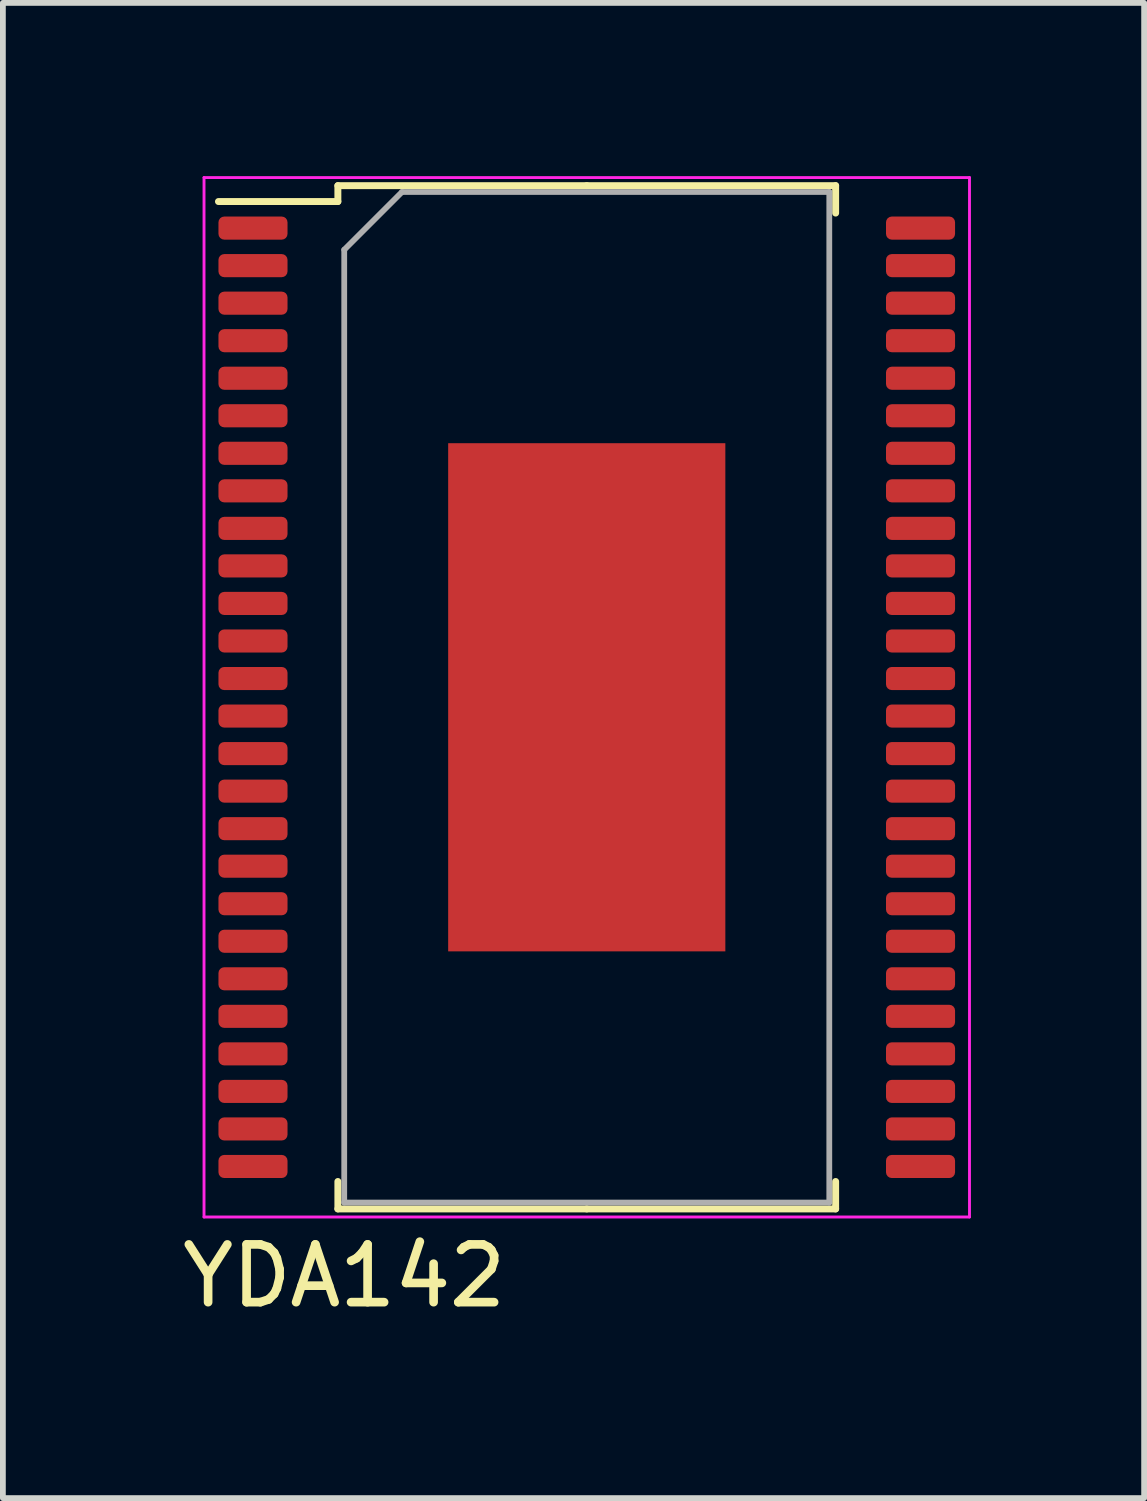
<source format=kicad_pcb>
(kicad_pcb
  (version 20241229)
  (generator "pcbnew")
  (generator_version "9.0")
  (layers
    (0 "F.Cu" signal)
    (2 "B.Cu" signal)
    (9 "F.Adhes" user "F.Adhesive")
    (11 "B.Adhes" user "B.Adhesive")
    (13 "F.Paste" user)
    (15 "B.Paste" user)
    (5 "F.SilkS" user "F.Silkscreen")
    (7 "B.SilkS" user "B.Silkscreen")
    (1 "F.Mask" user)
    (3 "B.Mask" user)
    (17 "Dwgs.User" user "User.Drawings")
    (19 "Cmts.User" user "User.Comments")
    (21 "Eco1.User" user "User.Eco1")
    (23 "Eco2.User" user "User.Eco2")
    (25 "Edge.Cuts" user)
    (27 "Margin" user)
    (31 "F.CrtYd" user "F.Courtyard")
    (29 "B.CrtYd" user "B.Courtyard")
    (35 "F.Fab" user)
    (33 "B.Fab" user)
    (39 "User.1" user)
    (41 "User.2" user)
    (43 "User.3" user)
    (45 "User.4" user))
  (footprint "YDA142"
    (layer "F.Cu")
    (at 2.911 17.775)
    (property "Reference" "YDA142" (at 0 1.27 0) (unlocked yes) (layer "F.SilkS") (effects (font (size 1 1) (thickness 0.15))))
    (attr smd)
    (fp_line (start -0.11 -17.61) (end -0.11 -17.335) (stroke (width 0.12) (type solid)) (layer "F.SilkS"))
    (fp_line (start -0.11 -17.335) (end -2.178 -17.335) (stroke (width 0.12) (type solid)) (layer "F.SilkS"))
    (fp_line (start -0.11 0.11) (end -0.11 -0.365) (stroke (width 0.12) (type solid)) (layer "F.SilkS"))
    (fp_line (start 4.2 -17.61) (end -0.11 -17.61) (stroke (width 0.12) (type solid)) (layer "F.SilkS"))
    (fp_line (start 4.2 -17.61) (end 8.51 -17.61) (stroke (width 0.12) (type solid)) (layer "F.SilkS"))
    (fp_line (start 4.2 0.11) (end -0.11 0.11) (stroke (width 0.12) (type solid)) (layer "F.SilkS"))
    (fp_line (start 4.2 0.11) (end 8.51 0.11) (stroke (width 0.12) (type solid)) (layer "F.SilkS"))
    (fp_line (start 8.51 -17.61) (end 8.51 -17.135) (stroke (width 0.12) (type solid)) (layer "F.SilkS"))
    (fp_line (start 8.51 0.11) (end 8.51 -0.365) (stroke (width 0.12) (type solid)) (layer "F.SilkS"))
    (fp_line (start -2.428 -17.75) (end -2.428 0.25) (stroke (width 0.05) (type solid)) (layer "F.CrtYd"))
    (fp_line (start -2.428 0.25) (end 10.828 0.25) (stroke (width 0.05) (type solid)) (layer "F.CrtYd"))
    (fp_line (start 10.828 -17.75) (end -2.428 -17.75) (stroke (width 0.05) (type solid)) (layer "F.CrtYd"))
    (fp_line (start 10.828 0.25) (end 10.828 -17.75) (stroke (width 0.05) (type solid)) (layer "F.CrtYd"))
    (fp_line (start 0 -16.5) (end 1 -17.5) (stroke (width 0.1) (type solid)) (layer "F.Fab"))
    (fp_line (start 0 0) (end 0 -16.5) (stroke (width 0.1) (type solid)) (layer "F.Fab"))
    (fp_line (start 1 -17.5) (end 8.4 -17.5) (stroke (width 0.1) (type solid)) (layer "F.Fab"))
    (fp_line (start 8.4 -17.5) (end 8.4 0) (stroke (width 0.1) (type solid)) (layer "F.Fab"))
    (fp_line (start 8.4 0) (end 0 0) (stroke (width 0.1) (type solid)) (layer "F.Fab"))
    (pad "1" smd roundrect (at -1.58 -16.875) (size 1.196 0.4) (layers "F.Cu" "F.Mask" "F.Paste") (roundrect_rratio 0.25))
    (pad "2" smd roundrect (at -1.58 -16.225) (size 1.196 0.4) (layers "F.Cu" "F.Mask" "F.Paste") (roundrect_rratio 0.25))
    (pad "3" smd roundrect (at -1.58 -15.575) (size 1.196 0.4) (layers "F.Cu" "F.Mask" "F.Paste") (roundrect_rratio 0.25))
    (pad "4" smd roundrect (at -1.58 -14.925) (size 1.196 0.4) (layers "F.Cu" "F.Mask" "F.Paste") (roundrect_rratio 0.25))
    (pad "5" smd roundrect (at -1.58 -14.275) (size 1.196 0.4) (layers "F.Cu" "F.Mask" "F.Paste") (roundrect_rratio 0.25))
    (pad "6" smd roundrect (at -1.58 -13.625) (size 1.196 0.4) (layers "F.Cu" "F.Mask" "F.Paste") (roundrect_rratio 0.25))
    (pad "7" smd roundrect (at -1.58 -12.975) (size 1.196 0.4) (layers "F.Cu" "F.Mask" "F.Paste") (roundrect_rratio 0.25))
    (pad "8" smd roundrect (at -1.58 -12.325) (size 1.196 0.4) (layers "F.Cu" "F.Mask" "F.Paste") (roundrect_rratio 0.25))
    (pad "9" smd roundrect (at -1.58 -11.675) (size 1.196 0.4) (layers "F.Cu" "F.Mask" "F.Paste") (roundrect_rratio 0.25))
    (pad "10" smd roundrect (at -1.58 -11.025) (size 1.196 0.4) (layers "F.Cu" "F.Mask" "F.Paste") (roundrect_rratio 0.25))
    (pad "11" smd roundrect (at -1.58 -10.375) (size 1.196 0.4) (layers "F.Cu" "F.Mask" "F.Paste") (roundrect_rratio 0.25))
    (pad "12" smd roundrect (at -1.58 -9.725) (size 1.196 0.4) (layers "F.Cu" "F.Mask" "F.Paste") (roundrect_rratio 0.25))
    (pad "13" smd roundrect (at -1.58 -9.075) (size 1.196 0.4) (layers "F.Cu" "F.Mask" "F.Paste") (roundrect_rratio 0.25))
    (pad "14" smd roundrect (at -1.58 -8.425) (size 1.196 0.4) (layers "F.Cu" "F.Mask" "F.Paste") (roundrect_rratio 0.25))
    (pad "15" smd roundrect (at -1.58 -7.775) (size 1.196 0.4) (layers "F.Cu" "F.Mask" "F.Paste") (roundrect_rratio 0.25))
    (pad "16" smd roundrect (at -1.58 -7.125) (size 1.196 0.4) (layers "F.Cu" "F.Mask" "F.Paste") (roundrect_rratio 0.25))
    (pad "17" smd roundrect (at -1.58 -6.475) (size 1.196 0.4) (layers "F.Cu" "F.Mask" "F.Paste") (roundrect_rratio 0.25))
    (pad "18" smd roundrect (at -1.58 -5.825) (size 1.196 0.4) (layers "F.Cu" "F.Mask" "F.Paste") (roundrect_rratio 0.25))
    (pad "19" smd roundrect (at -1.58 -5.175) (size 1.196 0.4) (layers "F.Cu" "F.Mask" "F.Paste") (roundrect_rratio 0.25))
    (pad "20" smd roundrect (at -1.58 -4.525) (size 1.196 0.4) (layers "F.Cu" "F.Mask" "F.Paste") (roundrect_rratio 0.25))
    (pad "21" smd roundrect (at -1.58 -3.875) (size 1.196 0.4) (layers "F.Cu" "F.Mask" "F.Paste") (roundrect_rratio 0.25))
    (pad "22" smd roundrect (at -1.58 -3.225) (size 1.196 0.4) (layers "F.Cu" "F.Mask" "F.Paste") (roundrect_rratio 0.25))
    (pad "23" smd roundrect (at -1.58 -2.575) (size 1.196 0.4) (layers "F.Cu" "F.Mask" "F.Paste") (roundrect_rratio 0.25))
    (pad "24" smd roundrect (at -1.58 -1.925) (size 1.196 0.4) (layers "F.Cu" "F.Mask" "F.Paste") (roundrect_rratio 0.25))
    (pad "25" smd roundrect (at -1.58 -1.275) (size 1.196 0.4) (layers "F.Cu" "F.Mask" "F.Paste") (roundrect_rratio 0.25))
    (pad "26" smd roundrect (at -1.58 -0.625) (size 1.196 0.4) (layers "F.Cu" "F.Mask" "F.Paste") (roundrect_rratio 0.25))
    (pad "27" smd roundrect (at 9.98 -0.625) (size 1.196 0.4) (layers "F.Cu" "F.Mask" "F.Paste") (roundrect_rratio 0.25))
    (pad "28" smd roundrect (at 9.98 -1.275) (size 1.196 0.4) (layers "F.Cu" "F.Mask" "F.Paste") (roundrect_rratio 0.25))
    (pad "29" smd roundrect (at 9.98 -1.925) (size 1.196 0.4) (layers "F.Cu" "F.Mask" "F.Paste") (roundrect_rratio 0.25))
    (pad "30" smd roundrect (at 9.98 -2.575) (size 1.196 0.4) (layers "F.Cu" "F.Mask" "F.Paste") (roundrect_rratio 0.25))
    (pad "31" smd roundrect (at 9.98 -3.225) (size 1.196 0.4) (layers "F.Cu" "F.Mask" "F.Paste") (roundrect_rratio 0.25))
    (pad "32" smd roundrect (at 9.98 -3.875) (size 1.196 0.4) (layers "F.Cu" "F.Mask" "F.Paste") (roundrect_rratio 0.25))
    (pad "33" smd roundrect (at 9.98 -4.525) (size 1.196 0.4) (layers "F.Cu" "F.Mask" "F.Paste") (roundrect_rratio 0.25))
    (pad "34" smd roundrect (at 9.98 -5.175) (size 1.196 0.4) (layers "F.Cu" "F.Mask" "F.Paste") (roundrect_rratio 0.25))
    (pad "35" smd roundrect (at 9.98 -5.825) (size 1.196 0.4) (layers "F.Cu" "F.Mask" "F.Paste") (roundrect_rratio 0.25))
    (pad "36" smd roundrect (at 9.98 -6.475) (size 1.196 0.4) (layers "F.Cu" "F.Mask" "F.Paste") (roundrect_rratio 0.25))
    (pad "37" smd roundrect (at 9.98 -7.125) (size 1.196 0.4) (layers "F.Cu" "F.Mask" "F.Paste") (roundrect_rratio 0.25))
    (pad "38" smd roundrect (at 9.98 -7.775) (size 1.196 0.4) (layers "F.Cu" "F.Mask" "F.Paste") (roundrect_rratio 0.25))
    (pad "39" smd roundrect (at 9.98 -8.425) (size 1.196 0.4) (layers "F.Cu" "F.Mask" "F.Paste") (roundrect_rratio 0.25))
    (pad "40" smd roundrect (at 9.98 -9.075) (size 1.196 0.4) (layers "F.Cu" "F.Mask" "F.Paste") (roundrect_rratio 0.25))
    (pad "41" smd roundrect (at 9.98 -9.725) (size 1.196 0.4) (layers "F.Cu" "F.Mask" "F.Paste") (roundrect_rratio 0.25))
    (pad "42" smd roundrect (at 9.98 -10.375) (size 1.196 0.4) (layers "F.Cu" "F.Mask" "F.Paste") (roundrect_rratio 0.25))
    (pad "43" smd roundrect (at 9.98 -11.025) (size 1.196 0.4) (layers "F.Cu" "F.Mask" "F.Paste") (roundrect_rratio 0.25))
    (pad "44" smd roundrect (at 9.98 -11.675) (size 1.196 0.4) (layers "F.Cu" "F.Mask" "F.Paste") (roundrect_rratio 0.25))
    (pad "45" smd roundrect (at 9.98 -12.325) (size 1.196 0.4) (layers "F.Cu" "F.Mask" "F.Paste") (roundrect_rratio 0.25))
    (pad "46" smd roundrect (at 9.98 -12.975) (size 1.196 0.4) (layers "F.Cu" "F.Mask" "F.Paste") (roundrect_rratio 0.25))
    (pad "47" smd roundrect (at 9.98 -13.625) (size 1.196 0.4) (layers "F.Cu" "F.Mask" "F.Paste") (roundrect_rratio 0.25))
    (pad "48" smd roundrect (at 9.98 -14.275) (size 1.196 0.4) (layers "F.Cu" "F.Mask" "F.Paste") (roundrect_rratio 0.25))
    (pad "49" smd roundrect (at 9.98 -14.925) (size 1.196 0.4) (layers "F.Cu" "F.Mask" "F.Paste") (roundrect_rratio 0.25))
    (pad "50" smd roundrect (at 9.98 -15.575) (size 1.196 0.4) (layers "F.Cu" "F.Mask" "F.Paste") (roundrect_rratio 0.25))
    (pad "51" smd roundrect (at 9.98 -16.225) (size 1.196 0.4) (layers "F.Cu" "F.Mask" "F.Paste") (roundrect_rratio 0.25))
    (pad "52" smd roundrect (at 9.98 -16.875) (size 1.196 0.4) (layers "F.Cu" "F.Mask" "F.Paste") (roundrect_rratio 0.25))
    (pad "53" smd rect (at 4.2 -8.75) (size 4.8 8.8) (layers "F.Cu" "F.Mask" "F.Paste")))
  (gr_rect
    (start -3 -3)
    (end 16.763 22.893)
    (stroke (width 0.1) (type default))
    (fill no)
    (layer "Edge.Cuts")))
</source>
